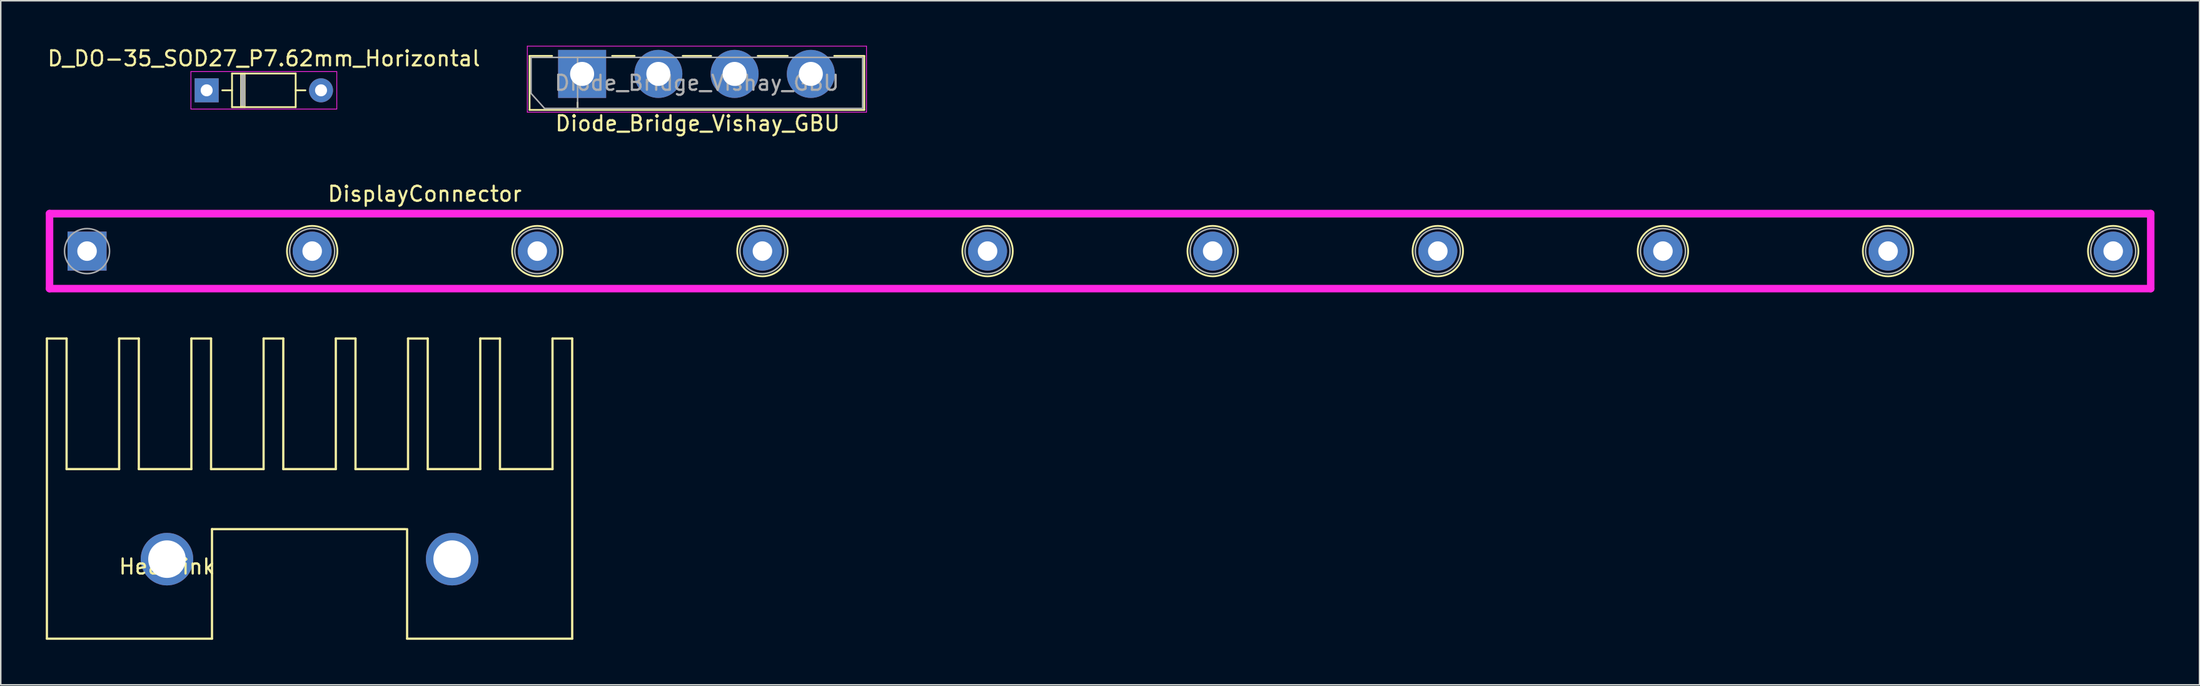
<source format=kicad_pcb>
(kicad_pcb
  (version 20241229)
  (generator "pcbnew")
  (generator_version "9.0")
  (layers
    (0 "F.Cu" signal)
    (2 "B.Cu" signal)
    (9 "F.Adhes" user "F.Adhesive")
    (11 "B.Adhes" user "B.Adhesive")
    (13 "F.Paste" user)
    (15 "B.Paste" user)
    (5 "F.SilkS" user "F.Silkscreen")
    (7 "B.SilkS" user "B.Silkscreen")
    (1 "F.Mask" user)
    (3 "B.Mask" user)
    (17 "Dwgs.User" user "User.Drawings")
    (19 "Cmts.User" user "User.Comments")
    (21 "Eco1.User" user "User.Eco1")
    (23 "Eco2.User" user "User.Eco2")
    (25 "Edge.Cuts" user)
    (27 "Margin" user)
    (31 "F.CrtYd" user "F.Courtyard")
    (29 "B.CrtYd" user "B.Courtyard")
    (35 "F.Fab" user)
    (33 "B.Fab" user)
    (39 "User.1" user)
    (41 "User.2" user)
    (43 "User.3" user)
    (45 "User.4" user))
  (footprint "Heatsink"
    (layer "F.Cu")
    (at 8.075 34.206)
    (property "Reference" "Heatsink" (at 0 0.5 0) (layer "F.SilkS") (effects (font (size 1 1) (thickness 0.15))))
    (attr through_hole)
    (fp_line (start -8 -14.7) (end -6.688 -14.7) (stroke (width 0.15) (type solid)) (layer "F.SilkS"))
    (fp_line (start -8 5.3) (end -8 -14.7) (stroke (width 0.15) (type solid)) (layer "F.SilkS"))
    (fp_line (start -8 5.3) (end 3 5.3) (stroke (width 0.15) (type solid)) (layer "F.SilkS"))
    (fp_line (start -6.688 -14.7) (end -6.688 -6) (stroke (width 0.15) (type solid)) (layer "F.SilkS"))
    (fp_line (start -6.688 -6) (end -3.188 -6) (stroke (width 0.15) (type solid)) (layer "F.SilkS"))
    (fp_line (start -3.188 -14.7) (end -3.188 -6) (stroke (width 0.15) (type solid)) (layer "F.SilkS"))
    (fp_line (start -3.188 -14.7) (end -1.875 -14.7) (stroke (width 0.15) (type solid)) (layer "F.SilkS"))
    (fp_line (start -1.875 -14.7) (end -1.875 -6) (stroke (width 0.15) (type solid)) (layer "F.SilkS"))
    (fp_line (start -1.875 -6) (end 1.625 -6) (stroke (width 0.15) (type solid)) (layer "F.SilkS"))
    (fp_line (start 1.625 -14.7) (end 1.625 -6) (stroke (width 0.15) (type solid)) (layer "F.SilkS"))
    (fp_line (start 1.625 -14.7) (end 2.938 -14.7) (stroke (width 0.15) (type solid)) (layer "F.SilkS"))
    (fp_line (start 2.938 -14.7) (end 2.938 -6) (stroke (width 0.15) (type solid)) (layer "F.SilkS"))
    (fp_line (start 2.938 -6) (end 6.438 -6) (stroke (width 0.15) (type solid)) (layer "F.SilkS"))
    (fp_line (start 3 -2) (end 15.9 -2) (stroke (width 0.15) (type solid)) (layer "F.SilkS"))
    (fp_line (start 3 5.3) (end 3 -2) (stroke (width 0.15) (type solid)) (layer "F.SilkS"))
    (fp_line (start 6.438 -14.7) (end 6.438 -6) (stroke (width 0.15) (type solid)) (layer "F.SilkS"))
    (fp_line (start 6.438 -14.7) (end 7.75 -14.7) (stroke (width 0.15) (type solid)) (layer "F.SilkS"))
    (fp_line (start 7.75 -14.7) (end 7.75 -6) (stroke (width 0.15) (type solid)) (layer "F.SilkS"))
    (fp_line (start 7.75 -6) (end 11.25 -6) (stroke (width 0.15) (type solid)) (layer "F.SilkS"))
    (fp_line (start 11.25 -14.7) (end 11.25 -6) (stroke (width 0.15) (type solid)) (layer "F.SilkS"))
    (fp_line (start 11.25 -14.7) (end 12.562 -14.7) (stroke (width 0.15) (type solid)) (layer "F.SilkS"))
    (fp_line (start 12.562 -14.7) (end 12.562 -6) (stroke (width 0.15) (type solid)) (layer "F.SilkS"))
    (fp_line (start 12.562 -6) (end 16.062 -6) (stroke (width 0.15) (type solid)) (layer "F.SilkS"))
    (fp_line (start 16 -2) (end 16 5.3) (stroke (width 0.15) (type solid)) (layer "F.SilkS"))
    (fp_line (start 16 5.3) (end 27 5.3) (stroke (width 0.15) (type solid)) (layer "F.SilkS"))
    (fp_line (start 16.062 -14.7) (end 16.062 -6) (stroke (width 0.15) (type solid)) (layer "F.SilkS"))
    (fp_line (start 16.062 -14.7) (end 17.375 -14.7) (stroke (width 0.15) (type solid)) (layer "F.SilkS"))
    (fp_line (start 17.375 -14.7) (end 17.375 -6) (stroke (width 0.15) (type solid)) (layer "F.SilkS"))
    (fp_line (start 17.375 -6) (end 20.875 -6) (stroke (width 0.15) (type solid)) (layer "F.SilkS"))
    (fp_line (start 20.875 -14.7) (end 20.875 -6) (stroke (width 0.15) (type solid)) (layer "F.SilkS"))
    (fp_line (start 20.875 -14.7) (end 22.188 -14.7) (stroke (width 0.15) (type solid)) (layer "F.SilkS"))
    (fp_line (start 22.188 -14.7) (end 22.188 -6) (stroke (width 0.15) (type solid)) (layer "F.SilkS"))
    (fp_line (start 22.188 -6) (end 25.688 -6) (stroke (width 0.15) (type solid)) (layer "F.SilkS"))
    (fp_line (start 25.688 -14.7) (end 25.688 -6) (stroke (width 0.15) (type solid)) (layer "F.SilkS"))
    (fp_line (start 25.688 -14.7) (end 27 -14.7) (stroke (width 0.15) (type solid)) (layer "F.SilkS"))
    (fp_line (start 27 5.3) (end 27 -14.7) (stroke (width 0.15) (type solid)) (layer "F.SilkS"))
    (pad "1" thru_hole circle (at 0 0) (size 3.5 3.5) (drill 2.5) (layers "*.Cu" "*.Mask"))
    (pad "2" thru_hole circle (at 19 0) (size 3.5 3.5) (drill 2.5) (layers "*.Cu" "*.Mask")))
  (footprint "Diode_Bridge_Vishay_GBU"
    (layer "F.Cu")
    (at 35.735 1.875)
    (property "Reference" "Diode_Bridge_Vishay_GBU" (at 7.7 3.3 180) (layer "F.SilkS") (effects (font (size 1 1) (thickness 0.15))))
    (attr through_hole)
    (fp_line (start -3.5 -1.2) (end -2 -1.2) (stroke (width 0.12) (type solid)) (layer "F.SilkS"))
    (fp_line (start -3.5 2.4) (end -3.5 -1.2) (stroke (width 0.12) (type solid)) (layer "F.SilkS"))
    (fp_line (start -0.3 2.4) (end -0.3 1.9) (stroke (width 0.12) (type solid)) (layer "F.SilkS"))
    (fp_line (start 2 -1.2) (end 3.5 -1.2) (stroke (width 0.12) (type solid)) (layer "F.SilkS"))
    (fp_line (start 6.7 -1.2) (end 8.6 -1.2) (stroke (width 0.12) (type solid)) (layer "F.SilkS"))
    (fp_line (start 11.7 -1.2) (end 13.7 -1.2) (stroke (width 0.12) (type solid)) (layer "F.SilkS"))
    (fp_line (start 16.8 -1.2) (end 18.8 -1.2) (stroke (width 0.12) (type solid)) (layer "F.SilkS"))
    (fp_line (start 18.8 -1.2) (end 18.8 2.4) (stroke (width 0.12) (type solid)) (layer "F.SilkS"))
    (fp_line (start 18.8 2.4) (end -3.5 2.4) (stroke (width 0.12) (type solid)) (layer "F.SilkS"))
    (fp_line (start -3.65 2.55) (end -3.65 -1.85) (stroke (width 0.05) (type solid)) (layer "F.CrtYd"))
    (fp_line (start -3.65 2.55) (end 18.95 2.55) (stroke (width 0.05) (type solid)) (layer "F.CrtYd"))
    (fp_line (start 18.95 -1.85) (end -3.65 -1.85) (stroke (width 0.05) (type solid)) (layer "F.CrtYd"))
    (fp_line (start 18.95 -1.85) (end 18.95 2.55) (stroke (width 0.05) (type solid)) (layer "F.CrtYd"))
    (fp_line (start -3.4 -1.1) (end 18.7 -1.1) (stroke (width 0.1) (type solid)) (layer "F.Fab"))
    (fp_line (start -3.4 1.3) (end -3.4 -1.1) (stroke (width 0.1) (type solid)) (layer "F.Fab"))
    (fp_line (start -2.5 2.3) (end -3.4 1.3) (stroke (width 0.1) (type solid)) (layer "F.Fab"))
    (fp_line (start -0.3 2.3) (end -0.3 -1.1) (stroke (width 0.1) (type solid)) (layer "F.Fab"))
    (fp_line (start 18.7 -1.1) (end 18.7 2.3) (stroke (width 0.12) (type solid)) (layer "F.Fab"))
    (fp_line (start 18.7 2.3) (end -2.5 2.3) (stroke (width 0.1) (type solid)) (layer "F.Fab"))
    (fp_text user "${REFERENCE}" (at 7.65 0.6 180) (layer "F.Fab") (effects (font (size 1 1) (thickness 0.15))))
    (pad "1" thru_hole rect (at 0 0) (size 3.2 3.2) (drill 1.6) (layers "*.Cu" "*.Mask"))
    (pad "2" thru_hole circle (at 5.08 0) (size 3.2 3.2) (drill 1.6) (layers "*.Cu" "*.Mask"))
    (pad "3" thru_hole circle (at 10.16 0) (size 3.2 3.2) (drill 1.6) (layers "*.Cu" "*.Mask"))
    (pad "4" thru_hole circle (at 15.24 0) (size 3.2 3.2) (drill 1.6) (layers "*.Cu" "*.Mask")))
  (footprint "DisplayConnector"
    (layer "F.Cu")
    (at 2.75 13.681)
    (property "Reference" "DisplayConnector" (at 22.5 -3.81 0) (layer "F.SilkS") (effects (font (size 1 1) (thickness 0.15))))
    (attr through_hole)
    (fp_line (start -2.56 2.6) (end 137.5 2.54) (stroke (width 0.12) (type solid)) (layer "F.SilkS"))
    (fp_line (start -2.54 -2.54) (end -2.54 2.54) (stroke (width 0.12) (type solid)) (layer "F.SilkS"))
    (fp_line (start -2.54 -2.54) (end 137.5 -2.54) (stroke (width 0.12) (type solid)) (layer "F.SilkS"))
    (fp_line (start 137.5 -2.54) (end 137.5 2.54) (stroke (width 0.12) (type solid)) (layer "F.SilkS"))
    (fp_circle (center 15 0) (end 16.68 0) (stroke (width 0.12) (type solid)) (fill no) (layer "F.SilkS"))
    (fp_circle (center 30 0) (end 31.68 0) (stroke (width 0.12) (type solid)) (fill no) (layer "F.SilkS"))
    (fp_circle (center 45 0) (end 46.68 0) (stroke (width 0.12) (type solid)) (fill no) (layer "F.SilkS"))
    (fp_circle (center 60 0) (end 61.68 0) (stroke (width 0.12) (type solid)) (fill no) (layer "F.SilkS"))
    (fp_circle (center 75 0) (end 76.68 0) (stroke (width 0.12) (type solid)) (fill no) (layer "F.SilkS"))
    (fp_circle (center 90 0) (end 91.68 0) (stroke (width 0.12) (type solid)) (fill no) (layer "F.SilkS"))
    (fp_circle (center 105 0) (end 106.68 0) (stroke (width 0.12) (type solid)) (fill no) (layer "F.SilkS"))
    (fp_circle (center 120 0) (end 121.68 0) (stroke (width 0.12) (type solid)) (fill no) (layer "F.SilkS"))
    (fp_circle (center 135 0) (end 136.68 0) (stroke (width 0.12) (type solid)) (fill no) (layer "F.SilkS"))
    (fp_line (start -2.5 -2.5) (end -2.5 2.5) (stroke (width 0.5) (type solid)) (layer "F.CrtYd"))
    (fp_line (start -2.5 -2.5) (end 137.5 -2.5) (stroke (width 0.5) (type solid)) (layer "F.CrtYd"))
    (fp_line (start -2.5 2.5) (end 137.5 2.5) (stroke (width 0.5) (type solid)) (layer "F.CrtYd"))
    (fp_line (start 137.5 -2.5) (end 137.5 2.5) (stroke (width 0.5) (type solid)) (layer "F.CrtYd"))
    (fp_line (start -2.5 -2.3) (end 137.5 -2.3) (stroke (width 0.1) (type solid)) (layer "F.Fab"))
    (fp_line (start -2.5 2.6) (end 137.5 2.54) (stroke (width 0.1) (type solid)) (layer "F.Fab"))
    (fp_circle (center 0 0) (end 1.5 0) (stroke (width 0.1) (type solid)) (fill no) (layer "F.Fab"))
    (fp_circle (center 15 0) (end 16.5 0) (stroke (width 0.1) (type solid)) (fill no) (layer "F.Fab"))
    (fp_circle (center 30 0) (end 31.5 0) (stroke (width 0.1) (type solid)) (fill no) (layer "F.Fab"))
    (fp_circle (center 45 0) (end 46.5 0) (stroke (width 0.1) (type solid)) (fill no) (layer "F.Fab"))
    (fp_circle (center 60 0) (end 61.5 0) (stroke (width 0.1) (type solid)) (fill no) (layer "F.Fab"))
    (fp_circle (center 75 0) (end 76.5 0) (stroke (width 0.1) (type solid)) (fill no) (layer "F.Fab"))
    (fp_circle (center 90 0) (end 91.5 0) (stroke (width 0.1) (type solid)) (fill no) (layer "F.Fab"))
    (fp_circle (center 105 0) (end 106.5 0) (stroke (width 0.1) (type solid)) (fill no) (layer "F.Fab"))
    (fp_circle (center 120 0) (end 121.5 0) (stroke (width 0.1) (type solid)) (fill no) (layer "F.Fab"))
    (fp_circle (center 135 0) (end 136.5 0) (stroke (width 0.1) (type solid)) (fill no) (layer "F.Fab"))
    (pad "1" thru_hole rect (at 0 0) (size 2.6 2.6) (drill 1.3) (layers "*.Cu" "*.Mask"))
    (pad "2" thru_hole circle (at 15 0) (size 2.6 2.6) (drill 1.3) (layers "*.Cu" "*.Mask"))
    (pad "3" thru_hole circle (at 30 0) (size 2.6 2.6) (drill 1.3) (layers "*.Cu" "*.Mask"))
    (pad "4" thru_hole circle (at 45 0) (size 2.6 2.6) (drill 1.3) (layers "*.Cu" "*.Mask"))
    (pad "5" thru_hole circle (at 60 0) (size 2.6 2.6) (drill 1.3) (layers "*.Cu" "*.Mask"))
    (pad "6" thru_hole circle (at 75 0) (size 2.6 2.6) (drill 1.3) (layers "*.Cu" "*.Mask"))
    (pad "7" thru_hole circle (at 90 0) (size 2.6 2.6) (drill 1.3) (layers "*.Cu" "*.Mask"))
    (pad "8" thru_hole circle (at 105 0) (size 2.6 2.6) (drill 1.3) (layers "*.Cu" "*.Mask"))
    (pad "9" thru_hole circle (at 120 0) (size 2.6 2.6) (drill 1.3) (layers "*.Cu" "*.Mask"))
    (pad "10" thru_hole circle (at 135 0) (size 2.6 2.6) (drill 1.3) (layers "*.Cu" "*.Mask")))
  (footprint "D_DO-35_SOD27_P7.62mm_Horizontal"
    (layer "F.Cu")
    (at 10.72 2.968)
    (property "Reference" "D_DO-35_SOD27_P7.62mm_Horizontal" (at 3.81 -2.12 0) (layer "F.SilkS") (effects (font (size 1 1) (thickness 0.15))))
    (attr through_hole)
    (fp_line (start 1.04 0) (end 1.69 0) (stroke (width 0.12) (type solid)) (layer "F.SilkS"))
    (fp_line (start 1.69 -1.12) (end 1.69 1.12) (stroke (width 0.12) (type solid)) (layer "F.SilkS"))
    (fp_line (start 1.69 1.12) (end 5.93 1.12) (stroke (width 0.12) (type solid)) (layer "F.SilkS"))
    (fp_line (start 2.29 -1.12) (end 2.29 1.12) (stroke (width 0.12) (type solid)) (layer "F.SilkS"))
    (fp_line (start 2.41 -1.12) (end 2.41 1.12) (stroke (width 0.12) (type solid)) (layer "F.SilkS"))
    (fp_line (start 2.53 -1.12) (end 2.53 1.12) (stroke (width 0.12) (type solid)) (layer "F.SilkS"))
    (fp_line (start 5.93 -1.12) (end 1.69 -1.12) (stroke (width 0.12) (type solid)) (layer "F.SilkS"))
    (fp_line (start 5.93 1.12) (end 5.93 -1.12) (stroke (width 0.12) (type solid)) (layer "F.SilkS"))
    (fp_line (start 6.58 0) (end 5.93 0) (stroke (width 0.12) (type solid)) (layer "F.SilkS"))
    (fp_line (start -1.05 -1.25) (end -1.05 1.25) (stroke (width 0.05) (type solid)) (layer "F.CrtYd"))
    (fp_line (start -1.05 1.25) (end 8.67 1.25) (stroke (width 0.05) (type solid)) (layer "F.CrtYd"))
    (fp_line (start 8.67 -1.25) (end -1.05 -1.25) (stroke (width 0.05) (type solid)) (layer "F.CrtYd"))
    (fp_line (start 8.67 1.25) (end 8.67 -1.25) (stroke (width 0.05) (type solid)) (layer "F.CrtYd"))
    (fp_line (start 2.31 -1) (end 2.31 1) (stroke (width 0.1) (type solid)) (layer "F.Fab"))
    (fp_line (start 2.41 -1) (end 2.41 1) (stroke (width 0.1) (type solid)) (layer "F.Fab"))
    (fp_line (start 2.51 -1) (end 2.51 1) (stroke (width 0.1) (type solid)) (layer "F.Fab"))
    (pad "1" thru_hole rect (at 0 0) (size 1.6 1.6) (drill 0.8) (layers "*.Cu" "*.Mask"))
    (pad "2" thru_hole oval (at 7.62 0) (size 1.6 1.6) (drill 0.8) (layers "*.Cu" "*.Mask")))
  (gr_rect
    (start -3 -3)
    (end 143.5 42.581)
    (stroke (width 0.1) (type default))
    (fill no)
    (layer "Edge.Cuts")))
</source>
